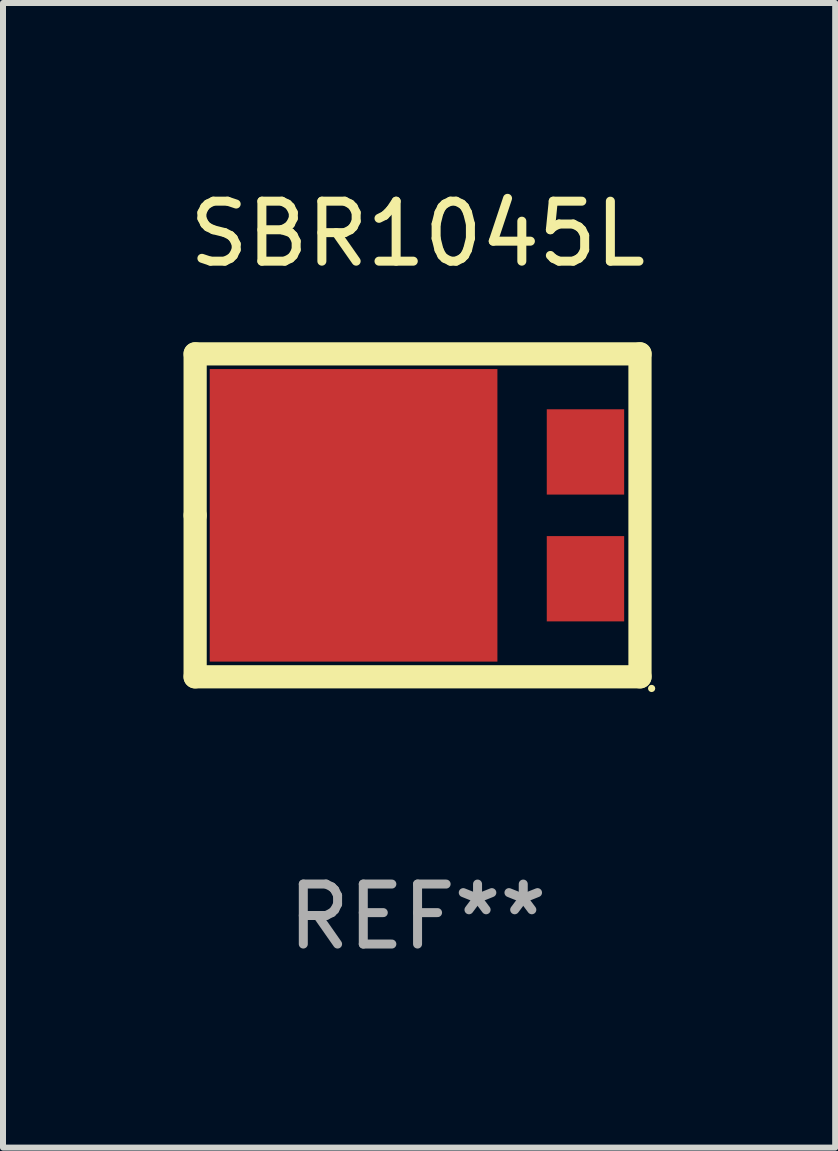
<source format=kicad_pcb>
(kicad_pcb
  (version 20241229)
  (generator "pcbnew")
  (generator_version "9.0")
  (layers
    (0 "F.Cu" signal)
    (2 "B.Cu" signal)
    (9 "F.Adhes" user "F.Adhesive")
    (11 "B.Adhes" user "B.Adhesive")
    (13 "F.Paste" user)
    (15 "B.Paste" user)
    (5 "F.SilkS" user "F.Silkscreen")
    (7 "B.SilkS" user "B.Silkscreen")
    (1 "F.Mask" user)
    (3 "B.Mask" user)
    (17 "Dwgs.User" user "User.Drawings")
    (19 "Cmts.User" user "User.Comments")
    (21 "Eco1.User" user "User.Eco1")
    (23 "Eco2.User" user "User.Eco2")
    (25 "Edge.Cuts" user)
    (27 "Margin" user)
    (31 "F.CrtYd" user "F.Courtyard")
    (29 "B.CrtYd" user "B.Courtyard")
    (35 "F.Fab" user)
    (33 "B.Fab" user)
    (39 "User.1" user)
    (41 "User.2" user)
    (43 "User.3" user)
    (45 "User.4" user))
  (footprint "SBR1045L"
    (layer "F.Cu")
    (at 3.911 5.541)
    (property "Reference" "SBR1045L" (at 0 -4.692 0) (layer "F.SilkS") (effects (font (size 1 1) (thickness 0.15))))
    (attr through_hole)
    (fp_line (start -3.708 -2.692) (end 3.708 -2.692) (stroke (width 0.387) (type solid)) (layer "F.SilkS"))
    (fp_line (start -3.708 0) (end -3.708 -2.692) (stroke (width 0.387) (type solid)) (layer "F.SilkS"))
    (fp_line (start -3.708 2.692) (end -3.708 0) (stroke (width 0.387) (type solid)) (layer "F.SilkS"))
    (fp_line (start 3.708 -2.692) (end 3.708 2.692) (stroke (width 0.387) (type solid)) (layer "F.SilkS"))
    (fp_line (start 3.708 2.692) (end -3.708 2.692) (stroke (width 0.387) (type solid)) (layer "F.SilkS"))
    (fp_circle (center 3.902 2.886) (end 3.932 2.886) (stroke (width 0.06) (type solid)) (fill no) (layer "F.SilkS"))
    (fp_text user "REF**" (at 0 6.692 0) (layer "F.Fab") (effects (font (size 1 1) (thickness 0.15))))
    (pad "1" smd rect (at 2.799 1.057) (size 1.29 1.422) (layers "F.Cu" "F.Mask" "F.Paste"))
    (pad "2" smd rect (at 2.799 -1.057) (size 1.29 1.422) (layers "F.Cu" "F.Mask" "F.Paste"))
    (pad "3" smd rect (at -1.067 0) (size 4.796 4.877) (layers "F.Cu" "F.Mask" "F.Paste")))
  (gr_rect
    (start -3 -3)
    (end 10.873 16.081)
    (stroke (width 0.1) (type default))
    (fill no)
    (layer "Edge.Cuts")))
</source>
